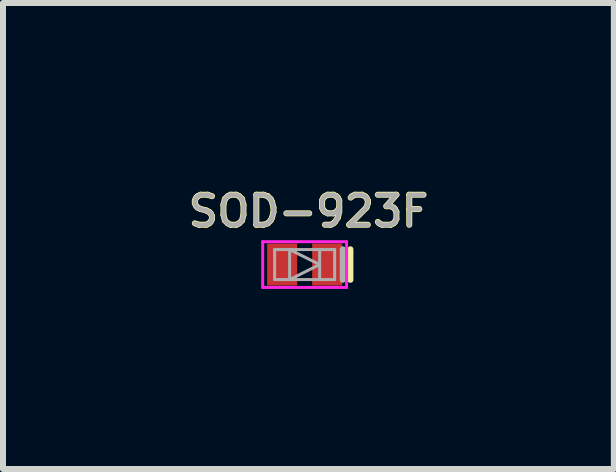
<source format=kicad_pcb>
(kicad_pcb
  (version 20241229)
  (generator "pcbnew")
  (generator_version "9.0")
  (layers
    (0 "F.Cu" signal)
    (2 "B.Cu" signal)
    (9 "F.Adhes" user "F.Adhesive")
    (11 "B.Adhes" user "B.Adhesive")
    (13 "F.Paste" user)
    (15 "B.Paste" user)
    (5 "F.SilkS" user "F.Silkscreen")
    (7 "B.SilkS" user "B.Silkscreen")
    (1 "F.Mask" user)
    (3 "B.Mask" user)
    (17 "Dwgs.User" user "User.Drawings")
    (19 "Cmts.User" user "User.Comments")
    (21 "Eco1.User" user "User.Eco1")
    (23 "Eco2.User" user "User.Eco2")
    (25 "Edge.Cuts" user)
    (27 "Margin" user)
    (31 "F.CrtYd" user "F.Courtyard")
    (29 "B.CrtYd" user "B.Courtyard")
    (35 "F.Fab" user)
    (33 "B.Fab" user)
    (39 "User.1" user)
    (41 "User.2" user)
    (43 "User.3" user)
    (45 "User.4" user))
  (footprint "SOD-923F"
    (layer "F.Cu")
    (at 2.025 1.357)
    (property "Reference" "SOD-923F" (at 0.064 -0.889 0) (layer "F.SilkS") (effects (font (size 0.5 0.5) (thickness 0.1))))
    (attr smd)
    (fp_line (start 0.762 -0.254) (end 0.762 0.254) (stroke (width 0.1) (type solid)) (layer "F.SilkS"))
    (fp_line (start -0.699 -0.381) (end 0.699 -0.381) (stroke (width 0.05) (type solid)) (layer "F.CrtYd"))
    (fp_line (start -0.699 0.381) (end -0.699 -0.381) (stroke (width 0.05) (type solid)) (layer "F.CrtYd"))
    (fp_line (start 0.699 -0.381) (end 0.699 0.381) (stroke (width 0.05) (type solid)) (layer "F.CrtYd"))
    (fp_line (start 0.699 0.381) (end -0.699 0.381) (stroke (width 0.05) (type solid)) (layer "F.CrtYd"))
    (fp_line (start -0.5 -0.25) (end 0.5 -0.25) (stroke (width 0.05) (type solid)) (layer "F.Fab"))
    (fp_line (start -0.5 0.25) (end -0.5 -0.25) (stroke (width 0.05) (type solid)) (layer "F.Fab"))
    (fp_line (start -0.25 -0.25) (end -0.25 0.25) (stroke (width 0.05) (type solid)) (layer "F.Fab"))
    (fp_line (start -0.25 -0.25) (end 0.25 0) (stroke (width 0.05) (type solid)) (layer "F.Fab"))
    (fp_line (start 0.25 -0.25) (end 0.25 0.25) (stroke (width 0.05) (type solid)) (layer "F.Fab"))
    (fp_line (start 0.25 0) (end -0.25 0.25) (stroke (width 0.05) (type solid)) (layer "F.Fab"))
    (fp_line (start 0.5 -0.25) (end 0.5 0.25) (stroke (width 0.05) (type solid)) (layer "F.Fab"))
    (fp_line (start 0.5 0.25) (end -0.5 0.25) (stroke (width 0.05) (type solid)) (layer "F.Fab"))
    (fp_line (start 0.635 -0.254) (end 0.635 0.254) (stroke (width 0.1) (type solid)) (layer "F.Fab"))
    (fp_text user "${REFERENCE}" (at 0.064 -0.889 0) (layer "F.Fab") (effects (font (size 0.5 0.5) (thickness 0.075))))
    (pad "A" smd rect (at -0.375 0) (size 0.5 0.7) (layers "F.Cu" "F.Mask" "F.Paste"))
    (pad "C" smd rect (at 0.375 0) (size 0.5 0.7) (layers "F.Cu" "F.Mask" "F.Paste")))
  (gr_rect
    (start -3 -3)
    (end 7.176 4.763)
    (stroke (width 0.1) (type default))
    (fill no)
    (layer "Edge.Cuts")))
</source>
